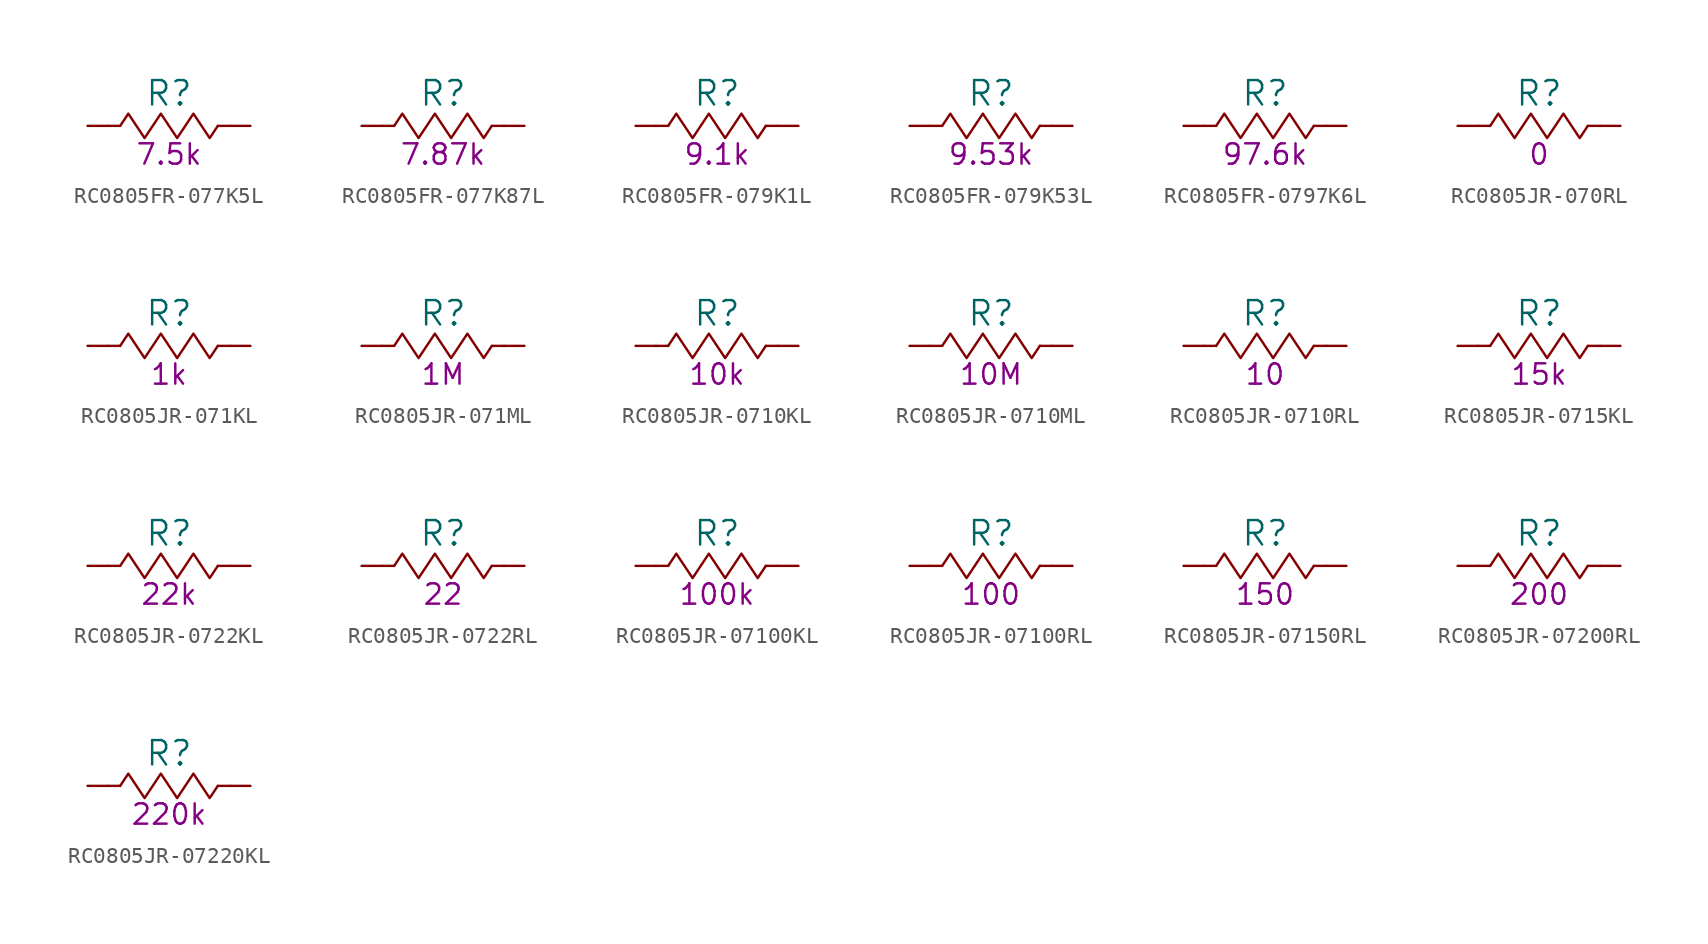
<source format=kicad_sym>
(kicad_symbol_lib
  (version 20220914)
  (generator kicad_symbol_editor)
  (symbol "RC0805FR-077K5L"
    (pin_numbers hide)
    (pin_names
      (offset 0) hide)
    (property "Reference" "R"
      (at 0 2.032 0)
      (effects (font (size 1.524 1.524))))
    (property "Resistance (Ohms)" "7.5k"
      (at 0 -1.778 0)
      (effects (font (size 1.27 1.27))))
    (symbol "RC0805FR-077K5L_0_1"
      (rectangle (start -3.048 0) (end -3.81 0) (stroke (width 0) (type default)) (fill (type none)))
      (polyline (pts (xy -3.048 0) (xy -2.54 0.762) (xy -2.032 0) (xy -1.524 -0.762) (xy -1.016 0) (xy -0.508 0.762) (xy 0 0) (xy 0.508 -0.762) (xy 1.016 0) (xy 1.524 0.762) (xy 2.032 0) (xy 2.54 -0.762) (xy 3.048 0)) (stroke (width 0) (type default)) (fill (type none)))
      (rectangle (start 3.81 0) (end 3.048 0) (stroke (width 0) (type default)) (fill (type none))))
    (symbol "RC0805FR-077K5L_1_1"
      (pin passive line (at -5.08 0 0) (length 1.27) (name "1" (effects (font (size 1.27 1.27)))) (number "1" (effects (font (size 1.27 1.27)))))
      (pin passive line (at 5.08 0 180) (length 1.27) (name "2" (effects (font (size 1.27 1.27)))) (number "2" (effects (font (size 1.27 1.27)))))))
  (symbol "RC0805FR-077K87L"
    (pin_numbers hide)
    (pin_names
      (offset 0) hide)
    (property "Reference" "R"
      (at 0 2.032 0)
      (effects (font (size 1.524 1.524))))
    (property "Resistance (Ohms)" "7.87k"
      (at 0 -1.778 0)
      (effects (font (size 1.27 1.27))))
    (symbol "RC0805FR-077K87L_0_1"
      (rectangle (start -3.048 0) (end -3.81 0) (stroke (width 0) (type default)) (fill (type none)))
      (polyline (pts (xy -3.048 0) (xy -2.54 0.762) (xy -2.032 0) (xy -1.524 -0.762) (xy -1.016 0) (xy -0.508 0.762) (xy 0 0) (xy 0.508 -0.762) (xy 1.016 0) (xy 1.524 0.762) (xy 2.032 0) (xy 2.54 -0.762) (xy 3.048 0)) (stroke (width 0) (type default)) (fill (type none)))
      (rectangle (start 3.81 0) (end 3.048 0) (stroke (width 0) (type default)) (fill (type none))))
    (symbol "RC0805FR-077K87L_1_1"
      (pin passive line (at -5.08 0 0) (length 1.27) (name "1" (effects (font (size 1.27 1.27)))) (number "1" (effects (font (size 1.27 1.27)))))
      (pin passive line (at 5.08 0 180) (length 1.27) (name "2" (effects (font (size 1.27 1.27)))) (number "2" (effects (font (size 1.27 1.27)))))))
  (symbol "RC0805FR-079K1L"
    (pin_numbers hide)
    (pin_names
      (offset 0) hide)
    (property "Reference" "R"
      (at 0 2.032 0)
      (effects (font (size 1.524 1.524))))
    (property "Resistance (Ohms)" "9.1k"
      (at 0 -1.778 0)
      (effects (font (size 1.27 1.27))))
    (symbol "RC0805FR-079K1L_0_1"
      (rectangle (start -3.048 0) (end -3.81 0) (stroke (width 0) (type default)) (fill (type none)))
      (polyline (pts (xy -3.048 0) (xy -2.54 0.762) (xy -2.032 0) (xy -1.524 -0.762) (xy -1.016 0) (xy -0.508 0.762) (xy 0 0) (xy 0.508 -0.762) (xy 1.016 0) (xy 1.524 0.762) (xy 2.032 0) (xy 2.54 -0.762) (xy 3.048 0)) (stroke (width 0) (type default)) (fill (type none)))
      (rectangle (start 3.81 0) (end 3.048 0) (stroke (width 0) (type default)) (fill (type none))))
    (symbol "RC0805FR-079K1L_1_1"
      (pin passive line (at -5.08 0 0) (length 1.27) (name "1" (effects (font (size 1.27 1.27)))) (number "1" (effects (font (size 1.27 1.27)))))
      (pin passive line (at 5.08 0 180) (length 1.27) (name "2" (effects (font (size 1.27 1.27)))) (number "2" (effects (font (size 1.27 1.27)))))))
  (symbol "RC0805FR-079K53L"
    (pin_numbers hide)
    (pin_names
      (offset 0) hide)
    (property "Reference" "R"
      (at 0 2.032 0)
      (effects (font (size 1.524 1.524))))
    (property "Resistance (Ohms)" "9.53k"
      (at 0 -1.778 0)
      (effects (font (size 1.27 1.27))))
    (symbol "RC0805FR-079K53L_0_1"
      (rectangle (start -3.048 0) (end -3.81 0) (stroke (width 0) (type default)) (fill (type none)))
      (polyline (pts (xy -3.048 0) (xy -2.54 0.762) (xy -2.032 0) (xy -1.524 -0.762) (xy -1.016 0) (xy -0.508 0.762) (xy 0 0) (xy 0.508 -0.762) (xy 1.016 0) (xy 1.524 0.762) (xy 2.032 0) (xy 2.54 -0.762) (xy 3.048 0)) (stroke (width 0) (type default)) (fill (type none)))
      (rectangle (start 3.81 0) (end 3.048 0) (stroke (width 0) (type default)) (fill (type none))))
    (symbol "RC0805FR-079K53L_1_1"
      (pin passive line (at -5.08 0 0) (length 1.27) (name "1" (effects (font (size 1.27 1.27)))) (number "1" (effects (font (size 1.27 1.27)))))
      (pin passive line (at 5.08 0 180) (length 1.27) (name "2" (effects (font (size 1.27 1.27)))) (number "2" (effects (font (size 1.27 1.27)))))))
  (symbol "RC0805FR-0797K6L"
    (pin_numbers hide)
    (pin_names
      (offset 0) hide)
    (property "Reference" "R"
      (at 0 2.032 0)
      (effects (font (size 1.524 1.524))))
    (property "Resistance (Ohms)" "97.6k"
      (at 0 -1.778 0)
      (effects (font (size 1.27 1.27))))
    (symbol "RC0805FR-0797K6L_0_1"
      (rectangle (start -3.048 0) (end -3.81 0) (stroke (width 0) (type default)) (fill (type none)))
      (polyline (pts (xy -3.048 0) (xy -2.54 0.762) (xy -2.032 0) (xy -1.524 -0.762) (xy -1.016 0) (xy -0.508 0.762) (xy 0 0) (xy 0.508 -0.762) (xy 1.016 0) (xy 1.524 0.762) (xy 2.032 0) (xy 2.54 -0.762) (xy 3.048 0)) (stroke (width 0) (type default)) (fill (type none)))
      (rectangle (start 3.81 0) (end 3.048 0) (stroke (width 0) (type default)) (fill (type none))))
    (symbol "RC0805FR-0797K6L_1_1"
      (pin passive line (at -5.08 0 0) (length 1.27) (name "1" (effects (font (size 1.27 1.27)))) (number "1" (effects (font (size 1.27 1.27)))))
      (pin passive line (at 5.08 0 180) (length 1.27) (name "2" (effects (font (size 1.27 1.27)))) (number "2" (effects (font (size 1.27 1.27)))))))
  (symbol "RC0805JR-070RL"
    (pin_numbers hide)
    (pin_names
      (offset 0) hide)
    (property "Reference" "R"
      (at 0 2.032 0)
      (effects (font (size 1.524 1.524))))
    (property "Resistance (Ohms)" "0"
      (at 0 -1.778 0)
      (effects (font (size 1.27 1.27))))
    (symbol "RC0805JR-070RL_0_1"
      (rectangle (start -3.048 0) (end -3.81 0) (stroke (width 0) (type default)) (fill (type none)))
      (polyline (pts (xy -3.048 0) (xy -2.54 0.762) (xy -2.032 0) (xy -1.524 -0.762) (xy -1.016 0) (xy -0.508 0.762) (xy 0 0) (xy 0.508 -0.762) (xy 1.016 0) (xy 1.524 0.762) (xy 2.032 0) (xy 2.54 -0.762) (xy 3.048 0)) (stroke (width 0) (type default)) (fill (type none)))
      (rectangle (start 3.81 0) (end 3.048 0) (stroke (width 0) (type default)) (fill (type none))))
    (symbol "RC0805JR-070RL_1_1"
      (pin passive line (at -5.08 0 0) (length 1.27) (name "1" (effects (font (size 1.27 1.27)))) (number "1" (effects (font (size 1.27 1.27)))))
      (pin passive line (at 5.08 0 180) (length 1.27) (name "2" (effects (font (size 1.27 1.27)))) (number "2" (effects (font (size 1.27 1.27)))))))
  (symbol "RC0805JR-071KL"
    (pin_numbers hide)
    (pin_names
      (offset 0) hide)
    (property "Reference" "R"
      (at 0 2.032 0)
      (effects (font (size 1.524 1.524))))
    (property "Resistance (Ohms)" "1k"
      (at 0 -1.778 0)
      (effects (font (size 1.27 1.27))))
    (symbol "RC0805JR-071KL_0_1"
      (rectangle (start -3.048 0) (end -3.81 0) (stroke (width 0) (type default)) (fill (type none)))
      (polyline (pts (xy -3.048 0) (xy -2.54 0.762) (xy -2.032 0) (xy -1.524 -0.762) (xy -1.016 0) (xy -0.508 0.762) (xy 0 0) (xy 0.508 -0.762) (xy 1.016 0) (xy 1.524 0.762) (xy 2.032 0) (xy 2.54 -0.762) (xy 3.048 0)) (stroke (width 0) (type default)) (fill (type none)))
      (rectangle (start 3.81 0) (end 3.048 0) (stroke (width 0) (type default)) (fill (type none))))
    (symbol "RC0805JR-071KL_1_1"
      (pin passive line (at -5.08 0 0) (length 1.27) (name "1" (effects (font (size 1.27 1.27)))) (number "1" (effects (font (size 1.27 1.27)))))
      (pin passive line (at 5.08 0 180) (length 1.27) (name "2" (effects (font (size 1.27 1.27)))) (number "2" (effects (font (size 1.27 1.27)))))))
  (symbol "RC0805JR-071ML"
    (pin_numbers hide)
    (pin_names
      (offset 0) hide)
    (property "Reference" "R"
      (at 0 2.032 0)
      (effects (font (size 1.524 1.524))))
    (property "Resistance (Ohms)" "1M"
      (at 0 -1.778 0)
      (effects (font (size 1.27 1.27))))
    (symbol "RC0805JR-071ML_0_1"
      (rectangle (start -3.048 0) (end -3.81 0) (stroke (width 0) (type default)) (fill (type none)))
      (polyline (pts (xy -3.048 0) (xy -2.54 0.762) (xy -2.032 0) (xy -1.524 -0.762) (xy -1.016 0) (xy -0.508 0.762) (xy 0 0) (xy 0.508 -0.762) (xy 1.016 0) (xy 1.524 0.762) (xy 2.032 0) (xy 2.54 -0.762) (xy 3.048 0)) (stroke (width 0) (type default)) (fill (type none)))
      (rectangle (start 3.81 0) (end 3.048 0) (stroke (width 0) (type default)) (fill (type none))))
    (symbol "RC0805JR-071ML_1_1"
      (pin passive line (at -5.08 0 0) (length 1.27) (name "1" (effects (font (size 1.27 1.27)))) (number "1" (effects (font (size 1.27 1.27)))))
      (pin passive line (at 5.08 0 180) (length 1.27) (name "2" (effects (font (size 1.27 1.27)))) (number "2" (effects (font (size 1.27 1.27)))))))
  (symbol "RC0805JR-0710KL"
    (pin_numbers hide)
    (pin_names
      (offset 0) hide)
    (property "Reference" "R"
      (at 0 2.032 0)
      (effects (font (size 1.524 1.524))))
    (property "Resistance (Ohms)" "10k"
      (at 0 -1.778 0)
      (effects (font (size 1.27 1.27))))
    (symbol "RC0805JR-0710KL_0_1"
      (rectangle (start -3.048 0) (end -3.81 0) (stroke (width 0) (type default)) (fill (type none)))
      (polyline (pts (xy -3.048 0) (xy -2.54 0.762) (xy -2.032 0) (xy -1.524 -0.762) (xy -1.016 0) (xy -0.508 0.762) (xy 0 0) (xy 0.508 -0.762) (xy 1.016 0) (xy 1.524 0.762) (xy 2.032 0) (xy 2.54 -0.762) (xy 3.048 0)) (stroke (width 0) (type default)) (fill (type none)))
      (rectangle (start 3.81 0) (end 3.048 0) (stroke (width 0) (type default)) (fill (type none))))
    (symbol "RC0805JR-0710KL_1_1"
      (pin passive line (at -5.08 0 0) (length 1.27) (name "1" (effects (font (size 1.27 1.27)))) (number "1" (effects (font (size 1.27 1.27)))))
      (pin passive line (at 5.08 0 180) (length 1.27) (name "2" (effects (font (size 1.27 1.27)))) (number "2" (effects (font (size 1.27 1.27)))))))
  (symbol "RC0805JR-0710ML"
    (pin_numbers hide)
    (pin_names
      (offset 0) hide)
    (property "Reference" "R"
      (at 0 2.032 0)
      (effects (font (size 1.524 1.524))))
    (property "Resistance (Ohms)" "10M"
      (at 0 -1.778 0)
      (effects (font (size 1.27 1.27))))
    (symbol "RC0805JR-0710ML_0_1"
      (rectangle (start -3.048 0) (end -3.81 0) (stroke (width 0) (type default)) (fill (type none)))
      (polyline (pts (xy -3.048 0) (xy -2.54 0.762) (xy -2.032 0) (xy -1.524 -0.762) (xy -1.016 0) (xy -0.508 0.762) (xy 0 0) (xy 0.508 -0.762) (xy 1.016 0) (xy 1.524 0.762) (xy 2.032 0) (xy 2.54 -0.762) (xy 3.048 0)) (stroke (width 0) (type default)) (fill (type none)))
      (rectangle (start 3.81 0) (end 3.048 0) (stroke (width 0) (type default)) (fill (type none))))
    (symbol "RC0805JR-0710ML_1_1"
      (pin passive line (at -5.08 0 0) (length 1.27) (name "1" (effects (font (size 1.27 1.27)))) (number "1" (effects (font (size 1.27 1.27)))))
      (pin passive line (at 5.08 0 180) (length 1.27) (name "2" (effects (font (size 1.27 1.27)))) (number "2" (effects (font (size 1.27 1.27)))))))
  (symbol "RC0805JR-0710RL"
    (pin_numbers hide)
    (pin_names
      (offset 0) hide)
    (property "Reference" "R"
      (at 0 2.032 0)
      (effects (font (size 1.524 1.524))))
    (property "Resistance (Ohms)" "10"
      (at 0 -1.778 0)
      (effects (font (size 1.27 1.27))))
    (symbol "RC0805JR-0710RL_0_1"
      (rectangle (start -3.048 0) (end -3.81 0) (stroke (width 0) (type default)) (fill (type none)))
      (polyline (pts (xy -3.048 0) (xy -2.54 0.762) (xy -2.032 0) (xy -1.524 -0.762) (xy -1.016 0) (xy -0.508 0.762) (xy 0 0) (xy 0.508 -0.762) (xy 1.016 0) (xy 1.524 0.762) (xy 2.032 0) (xy 2.54 -0.762) (xy 3.048 0)) (stroke (width 0) (type default)) (fill (type none)))
      (rectangle (start 3.81 0) (end 3.048 0) (stroke (width 0) (type default)) (fill (type none))))
    (symbol "RC0805JR-0710RL_1_1"
      (pin passive line (at -5.08 0 0) (length 1.27) (name "1" (effects (font (size 1.27 1.27)))) (number "1" (effects (font (size 1.27 1.27)))))
      (pin passive line (at 5.08 0 180) (length 1.27) (name "2" (effects (font (size 1.27 1.27)))) (number "2" (effects (font (size 1.27 1.27)))))))
  (symbol "RC0805JR-0715KL"
    (pin_numbers hide)
    (pin_names
      (offset 0) hide)
    (property "Reference" "R"
      (at 0 2.032 0)
      (effects (font (size 1.524 1.524))))
    (property "Resistance (Ohms)" "15k"
      (at 0 -1.778 0)
      (effects (font (size 1.27 1.27))))
    (symbol "RC0805JR-0715KL_0_1"
      (rectangle (start -3.048 0) (end -3.81 0) (stroke (width 0) (type default)) (fill (type none)))
      (polyline (pts (xy -3.048 0) (xy -2.54 0.762) (xy -2.032 0) (xy -1.524 -0.762) (xy -1.016 0) (xy -0.508 0.762) (xy 0 0) (xy 0.508 -0.762) (xy 1.016 0) (xy 1.524 0.762) (xy 2.032 0) (xy 2.54 -0.762) (xy 3.048 0)) (stroke (width 0) (type default)) (fill (type none)))
      (rectangle (start 3.81 0) (end 3.048 0) (stroke (width 0) (type default)) (fill (type none))))
    (symbol "RC0805JR-0715KL_1_1"
      (pin passive line (at -5.08 0 0) (length 1.27) (name "1" (effects (font (size 1.27 1.27)))) (number "1" (effects (font (size 1.27 1.27)))))
      (pin passive line (at 5.08 0 180) (length 1.27) (name "2" (effects (font (size 1.27 1.27)))) (number "2" (effects (font (size 1.27 1.27)))))))
  (symbol "RC0805JR-0722KL"
    (pin_numbers hide)
    (pin_names
      (offset 0) hide)
    (property "Reference" "R"
      (at 0 2.032 0)
      (effects (font (size 1.524 1.524))))
    (property "Resistance (Ohms)" "22k"
      (at 0 -1.778 0)
      (effects (font (size 1.27 1.27))))
    (symbol "RC0805JR-0722KL_0_1"
      (rectangle (start -3.048 0) (end -3.81 0) (stroke (width 0) (type default)) (fill (type none)))
      (polyline (pts (xy -3.048 0) (xy -2.54 0.762) (xy -2.032 0) (xy -1.524 -0.762) (xy -1.016 0) (xy -0.508 0.762) (xy 0 0) (xy 0.508 -0.762) (xy 1.016 0) (xy 1.524 0.762) (xy 2.032 0) (xy 2.54 -0.762) (xy 3.048 0)) (stroke (width 0) (type default)) (fill (type none)))
      (rectangle (start 3.81 0) (end 3.048 0) (stroke (width 0) (type default)) (fill (type none))))
    (symbol "RC0805JR-0722KL_1_1"
      (pin passive line (at -5.08 0 0) (length 1.27) (name "1" (effects (font (size 1.27 1.27)))) (number "1" (effects (font (size 1.27 1.27)))))
      (pin passive line (at 5.08 0 180) (length 1.27) (name "2" (effects (font (size 1.27 1.27)))) (number "2" (effects (font (size 1.27 1.27)))))))
  (symbol "RC0805JR-0722RL"
    (pin_numbers hide)
    (pin_names
      (offset 0) hide)
    (property "Reference" "R"
      (at 0 2.032 0)
      (effects (font (size 1.524 1.524))))
    (property "Resistance (Ohms)" "22"
      (at 0 -1.778 0)
      (effects (font (size 1.27 1.27))))
    (symbol "RC0805JR-0722RL_0_1"
      (rectangle (start -3.048 0) (end -3.81 0) (stroke (width 0) (type default)) (fill (type none)))
      (polyline (pts (xy -3.048 0) (xy -2.54 0.762) (xy -2.032 0) (xy -1.524 -0.762) (xy -1.016 0) (xy -0.508 0.762) (xy 0 0) (xy 0.508 -0.762) (xy 1.016 0) (xy 1.524 0.762) (xy 2.032 0) (xy 2.54 -0.762) (xy 3.048 0)) (stroke (width 0) (type default)) (fill (type none)))
      (rectangle (start 3.81 0) (end 3.048 0) (stroke (width 0) (type default)) (fill (type none))))
    (symbol "RC0805JR-0722RL_1_1"
      (pin passive line (at -5.08 0 0) (length 1.27) (name "1" (effects (font (size 1.27 1.27)))) (number "1" (effects (font (size 1.27 1.27)))))
      (pin passive line (at 5.08 0 180) (length 1.27) (name "2" (effects (font (size 1.27 1.27)))) (number "2" (effects (font (size 1.27 1.27)))))))
  (symbol "RC0805JR-07100KL"
    (pin_numbers hide)
    (pin_names
      (offset 0) hide)
    (property "Reference" "R"
      (at 0 2.032 0)
      (effects (font (size 1.524 1.524))))
    (property "Resistance (Ohms)" "100k"
      (at 0 -1.778 0)
      (effects (font (size 1.27 1.27))))
    (symbol "RC0805JR-07100KL_0_1"
      (rectangle (start -3.048 0) (end -3.81 0) (stroke (width 0) (type default)) (fill (type none)))
      (polyline (pts (xy -3.048 0) (xy -2.54 0.762) (xy -2.032 0) (xy -1.524 -0.762) (xy -1.016 0) (xy -0.508 0.762) (xy 0 0) (xy 0.508 -0.762) (xy 1.016 0) (xy 1.524 0.762) (xy 2.032 0) (xy 2.54 -0.762) (xy 3.048 0)) (stroke (width 0) (type default)) (fill (type none)))
      (rectangle (start 3.81 0) (end 3.048 0) (stroke (width 0) (type default)) (fill (type none))))
    (symbol "RC0805JR-07100KL_1_1"
      (pin passive line (at -5.08 0 0) (length 1.27) (name "1" (effects (font (size 1.27 1.27)))) (number "1" (effects (font (size 1.27 1.27)))))
      (pin passive line (at 5.08 0 180) (length 1.27) (name "2" (effects (font (size 1.27 1.27)))) (number "2" (effects (font (size 1.27 1.27)))))))
  (symbol "RC0805JR-07100RL"
    (pin_numbers hide)
    (pin_names
      (offset 0) hide)
    (property "Reference" "R"
      (at 0 2.032 0)
      (effects (font (size 1.524 1.524))))
    (property "Resistance (Ohms)" "100"
      (at 0 -1.778 0)
      (effects (font (size 1.27 1.27))))
    (symbol "RC0805JR-07100RL_0_1"
      (rectangle (start -3.048 0) (end -3.81 0) (stroke (width 0) (type default)) (fill (type none)))
      (polyline (pts (xy -3.048 0) (xy -2.54 0.762) (xy -2.032 0) (xy -1.524 -0.762) (xy -1.016 0) (xy -0.508 0.762) (xy 0 0) (xy 0.508 -0.762) (xy 1.016 0) (xy 1.524 0.762) (xy 2.032 0) (xy 2.54 -0.762) (xy 3.048 0)) (stroke (width 0) (type default)) (fill (type none)))
      (rectangle (start 3.81 0) (end 3.048 0) (stroke (width 0) (type default)) (fill (type none))))
    (symbol "RC0805JR-07100RL_1_1"
      (pin passive line (at -5.08 0 0) (length 1.27) (name "1" (effects (font (size 1.27 1.27)))) (number "1" (effects (font (size 1.27 1.27)))))
      (pin passive line (at 5.08 0 180) (length 1.27) (name "2" (effects (font (size 1.27 1.27)))) (number "2" (effects (font (size 1.27 1.27)))))))
  (symbol "RC0805JR-07150RL"
    (pin_numbers hide)
    (pin_names
      (offset 0) hide)
    (property "Reference" "R"
      (at 0 2.032 0)
      (effects (font (size 1.524 1.524))))
    (property "Resistance (Ohms)" "150"
      (at 0 -1.778 0)
      (effects (font (size 1.27 1.27))))
    (symbol "RC0805JR-07150RL_0_1"
      (rectangle (start -3.048 0) (end -3.81 0) (stroke (width 0) (type default)) (fill (type none)))
      (polyline (pts (xy -3.048 0) (xy -2.54 0.762) (xy -2.032 0) (xy -1.524 -0.762) (xy -1.016 0) (xy -0.508 0.762) (xy 0 0) (xy 0.508 -0.762) (xy 1.016 0) (xy 1.524 0.762) (xy 2.032 0) (xy 2.54 -0.762) (xy 3.048 0)) (stroke (width 0) (type default)) (fill (type none)))
      (rectangle (start 3.81 0) (end 3.048 0) (stroke (width 0) (type default)) (fill (type none))))
    (symbol "RC0805JR-07150RL_1_1"
      (pin passive line (at -5.08 0 0) (length 1.27) (name "1" (effects (font (size 1.27 1.27)))) (number "1" (effects (font (size 1.27 1.27)))))
      (pin passive line (at 5.08 0 180) (length 1.27) (name "2" (effects (font (size 1.27 1.27)))) (number "2" (effects (font (size 1.27 1.27)))))))
  (symbol "RC0805JR-07200RL"
    (pin_numbers hide)
    (pin_names
      (offset 0) hide)
    (property "Reference" "R"
      (at 0 2.032 0)
      (effects (font (size 1.524 1.524))))
    (property "Resistance (Ohms)" "200"
      (at 0 -1.778 0)
      (effects (font (size 1.27 1.27))))
    (symbol "RC0805JR-07200RL_0_1"
      (rectangle (start -3.048 0) (end -3.81 0) (stroke (width 0) (type default)) (fill (type none)))
      (polyline (pts (xy -3.048 0) (xy -2.54 0.762) (xy -2.032 0) (xy -1.524 -0.762) (xy -1.016 0) (xy -0.508 0.762) (xy 0 0) (xy 0.508 -0.762) (xy 1.016 0) (xy 1.524 0.762) (xy 2.032 0) (xy 2.54 -0.762) (xy 3.048 0)) (stroke (width 0) (type default)) (fill (type none)))
      (rectangle (start 3.81 0) (end 3.048 0) (stroke (width 0) (type default)) (fill (type none))))
    (symbol "RC0805JR-07200RL_1_1"
      (pin passive line (at -5.08 0 0) (length 1.27) (name "1" (effects (font (size 1.27 1.27)))) (number "1" (effects (font (size 1.27 1.27)))))
      (pin passive line (at 5.08 0 180) (length 1.27) (name "2" (effects (font (size 1.27 1.27)))) (number "2" (effects (font (size 1.27 1.27)))))))
  (symbol "RC0805JR-07220KL"
    (pin_numbers hide)
    (pin_names
      (offset 0) hide)
    (property "Reference" "R"
      (at 0 2.032 0)
      (effects (font (size 1.524 1.524))))
    (property "Resistance (Ohms)" "220k"
      (at 0 -1.778 0)
      (effects (font (size 1.27 1.27))))
    (symbol "RC0805JR-07220KL_0_1"
      (rectangle (start -3.048 0) (end -3.81 0) (stroke (width 0) (type default)) (fill (type none)))
      (polyline (pts (xy -3.048 0) (xy -2.54 0.762) (xy -2.032 0) (xy -1.524 -0.762) (xy -1.016 0) (xy -0.508 0.762) (xy 0 0) (xy 0.508 -0.762) (xy 1.016 0) (xy 1.524 0.762) (xy 2.032 0) (xy 2.54 -0.762) (xy 3.048 0)) (stroke (width 0) (type default)) (fill (type none)))
      (rectangle (start 3.81 0) (end 3.048 0) (stroke (width 0) (type default)) (fill (type none))))
    (symbol "RC0805JR-07220KL_1_1"
      (pin passive line (at -5.08 0 0) (length 1.27) (name "1" (effects (font (size 1.27 1.27)))) (number "1" (effects (font (size 1.27 1.27)))))
      (pin passive line (at 5.08 0 180) (length 1.27) (name "2" (effects (font (size 1.27 1.27)))) (number "2" (effects (font (size 1.27 1.27))))))))
</source>
